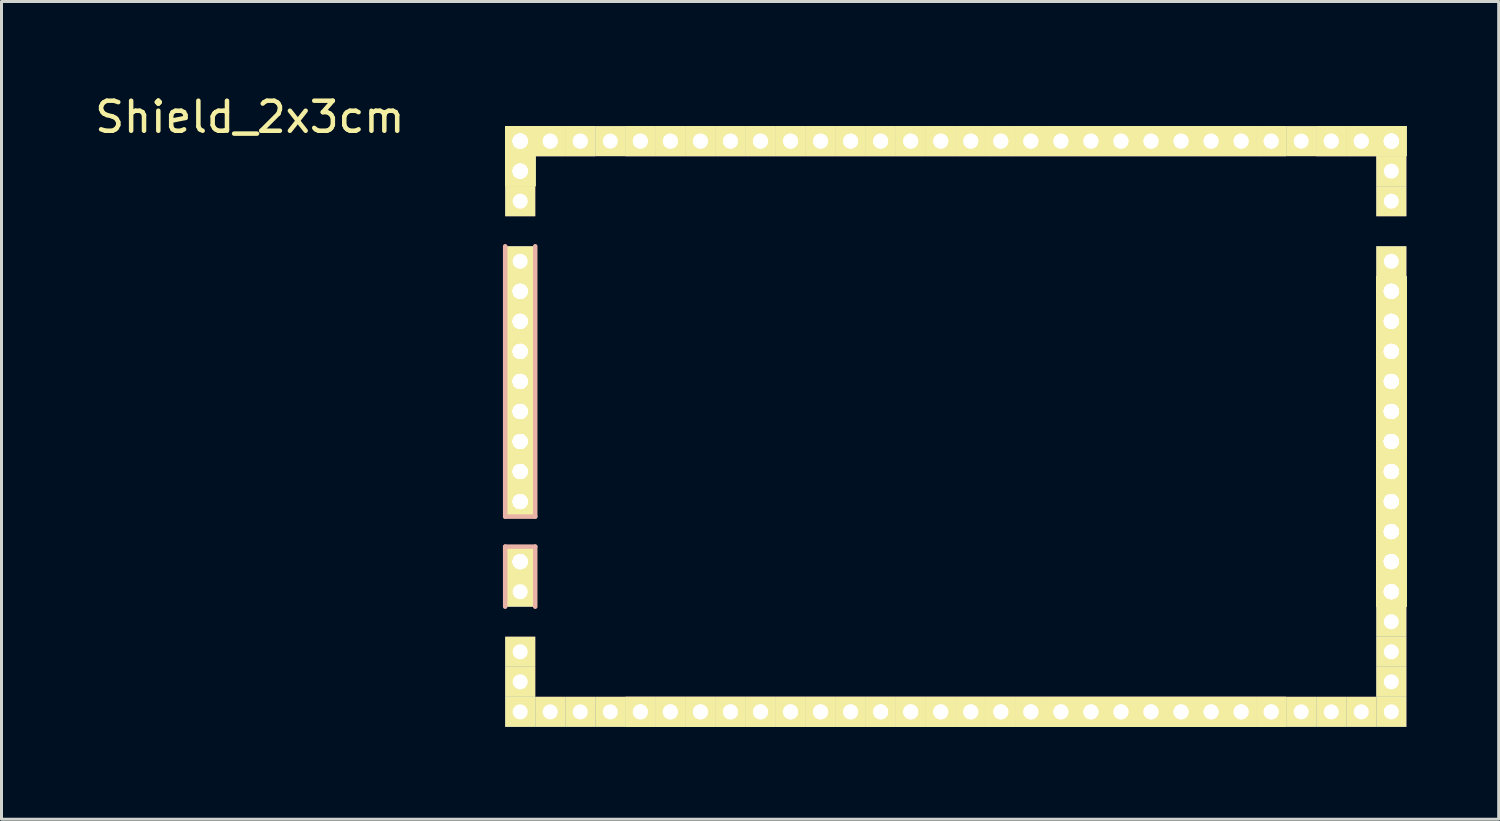
<source format=kicad_pcb>
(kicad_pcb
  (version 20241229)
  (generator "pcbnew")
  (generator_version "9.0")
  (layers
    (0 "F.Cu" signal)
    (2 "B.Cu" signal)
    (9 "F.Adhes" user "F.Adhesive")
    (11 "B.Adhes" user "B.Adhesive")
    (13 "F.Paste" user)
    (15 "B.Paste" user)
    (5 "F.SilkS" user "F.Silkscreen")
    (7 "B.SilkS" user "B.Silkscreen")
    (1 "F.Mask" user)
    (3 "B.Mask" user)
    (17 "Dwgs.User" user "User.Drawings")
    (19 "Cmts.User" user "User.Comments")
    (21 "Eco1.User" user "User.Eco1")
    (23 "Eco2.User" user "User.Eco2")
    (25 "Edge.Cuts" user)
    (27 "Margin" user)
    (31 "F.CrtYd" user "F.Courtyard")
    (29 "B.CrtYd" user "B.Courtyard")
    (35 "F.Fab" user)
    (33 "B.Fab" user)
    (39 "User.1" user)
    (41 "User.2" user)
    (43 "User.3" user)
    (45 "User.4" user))
  (footprint "Shield_2x3cm"
    (layer "F.Cu")
    (at 14.268 1.648)
    (property "Reference" "Shield_2x3cm" (at -9 -0.8 0) (layer "F.SilkS") (effects (font (size 1 1) (thickness 0.15))))
    (attr through_hole)
    (fp_line (start -0.5 -0.5) (end 29.5 -0.5) (stroke (width 0.15) (type solid)) (layer "F.Mask"))
    (fp_line (start -0.5 2.5) (end -0.5 -0.5) (stroke (width 0.15) (type solid)) (layer "F.Mask"))
    (fp_line (start -0.5 3.5) (end 0.5 3.5) (stroke (width 0.15) (type solid)) (layer "F.Mask"))
    (fp_line (start -0.5 16.5) (end 0.5 16.5) (stroke (width 0.15) (type solid)) (layer "F.Mask"))
    (fp_line (start -0.5 19.5) (end -0.5 16.5) (stroke (width 0.15) (type solid)) (layer "F.Mask"))
    (fp_line (start 0.5 0.5) (end 0.5 2.5) (stroke (width 0.15) (type solid)) (layer "F.Mask"))
    (fp_line (start 0.5 2.5) (end -0.5 2.5) (stroke (width 0.15) (type solid)) (layer "F.Mask"))
    (fp_line (start 0.5 15.5) (end -0.5 15.5) (stroke (width 0.15) (type solid)) (layer "F.Mask"))
    (fp_line (start 0.5 16.5) (end 0.5 18.5) (stroke (width 0.15) (type solid)) (layer "F.Mask"))
    (fp_line (start 0.5 18.5) (end 28.5 18.5) (stroke (width 0.15) (type solid)) (layer "F.Mask"))
    (fp_line (start 28.5 0.5) (end 0.5 0.5) (stroke (width 0.15) (type solid)) (layer "F.Mask"))
    (fp_line (start 28.5 2.5) (end 28.5 0.5) (stroke (width 0.15) (type solid)) (layer "F.Mask"))
    (fp_line (start 28.5 3.5) (end 29.5 3.5) (stroke (width 0.15) (type solid)) (layer "F.Mask"))
    (fp_line (start 28.5 18.5) (end 28.5 3.5) (stroke (width 0.15) (type solid)) (layer "F.Mask"))
    (fp_line (start 29.5 -0.5) (end 29.5 2.5) (stroke (width 0.15) (type solid)) (layer "F.Mask"))
    (fp_line (start 29.5 2.5) (end 28.5 2.5) (stroke (width 0.15) (type solid)) (layer "F.Mask"))
    (fp_line (start 29.5 3.5) (end 29.5 19.5) (stroke (width 0.15) (type solid)) (layer "F.Mask"))
    (fp_line (start 29.5 19.5) (end -0.5 19.5) (stroke (width 0.15) (type solid)) (layer "F.Mask"))
    (fp_line (start -0.5 3.5) (end -0.5 12.5) (stroke (width 0.15) (type solid)) (layer "B.SilkS"))
    (fp_line (start -0.5 12.5) (end 0.5 12.5) (stroke (width 0.15) (type solid)) (layer "B.SilkS"))
    (fp_line (start -0.5 13.5) (end -0.5 15.5) (stroke (width 0.15) (type solid)) (layer "B.SilkS"))
    (fp_line (start -0.5 13.5) (end 0.5 13.5) (stroke (width 0.15) (type solid)) (layer "B.SilkS"))
    (fp_line (start 0.5 12.5) (end 0.5 3.5) (stroke (width 0.15) (type solid)) (layer "B.SilkS"))
    (fp_line (start 0.5 13.5) (end 0.5 15.5) (stroke (width 0.15) (type solid)) (layer "B.SilkS"))
    (pad "1" thru_hole rect (at 0 0) (size 1 1) (drill 0.5) (layers "*.Cu" "*.Mask" "F.SilkS"))
    (pad "1" thru_hole rect (at 0 0) (size 1 1) (drill 0.5) (layers "*.Cu" "*.Mask" "F.SilkS"))
    (pad "1" thru_hole rect (at 0 0 90) (size 1 1) (drill 0.5) (layers "*.Cu" "*.Mask" "F.SilkS"))
    (pad "1" thru_hole rect (at 0 0 90) (size 1 1) (drill 0.5) (layers "*.Cu" "*.Mask" "F.SilkS"))
    (pad "1" thru_hole rect (at 0 0 90) (size 1 1) (drill 0.5) (layers "*.Cu" "*.Mask" "F.SilkS"))
    (pad "1" thru_hole rect (at 0 0 90) (size 1 1) (drill 0.5) (layers "*.Cu" "*.Mask" "F.SilkS"))
    (pad "1" thru_hole rect (at 0 0 90) (size 1 1) (drill 0.5) (layers "*.Cu" "*.Mask" "F.SilkS"))
    (pad "1" thru_hole rect (at 0 0 90) (size 1 1) (drill 0.5) (layers "*.Cu" "*.Mask" "F.SilkS"))
    (pad "1" thru_hole rect (at 0 0 90) (size 1 1) (drill 0.5) (layers "*.Cu" "*.Mask" "F.SilkS"))
    (pad "1" thru_hole rect (at 0 0 90) (size 1 1) (drill 0.5) (layers "*.Cu" "*.Mask" "F.SilkS"))
    (pad "1" thru_hole rect (at 0 1 90) (size 1 1) (drill 0.5) (layers "*.Cu" "*.Mask" "F.SilkS"))
    (pad "1" thru_hole rect (at 0 1 90) (size 1 1) (drill 0.5) (layers "*.Cu" "*.Mask" "F.SilkS"))
    (pad "1" thru_hole rect (at 0 1 90) (size 1 1) (drill 0.5) (layers "*.Cu" "*.Mask" "F.SilkS"))
    (pad "1" thru_hole rect (at 0 1 90) (size 1 1) (drill 0.5) (layers "*.Cu" "*.Mask" "F.SilkS"))
    (pad "1" thru_hole rect (at 0 1 90) (size 1 1) (drill 0.5) (layers "*.Cu" "*.Mask" "F.SilkS"))
    (pad "1" thru_hole rect (at 0 1 90) (size 1 1) (drill 0.5) (layers "*.Cu" "*.Mask" "F.SilkS"))
    (pad "1" thru_hole rect (at 0 1 90) (size 1 1) (drill 0.5) (layers "*.Cu" "*.Mask" "F.SilkS"))
    (pad "1" thru_hole rect (at 0 1 90) (size 1 1) (drill 0.5) (layers "*.Cu" "*.Mask" "F.SilkS"))
    (pad "1" thru_hole rect (at 0 2 90) (size 1 1) (drill 0.5) (layers "*.Cu" "*.Mask" "F.SilkS"))
    (pad "1" thru_hole rect (at 0 4 90) (size 1 1) (drill 0.5) (layers "*.Cu" "*.Mask" "F.SilkS"))
    (pad "1" thru_hole rect (at 0 5 90) (size 1 1) (drill 0.5) (layers "*.Cu" "*.Mask" "F.SilkS"))
    (pad "1" thru_hole rect (at 0 5 90) (size 1 1) (drill 0.5) (layers "*.Cu" "*.Mask" "F.SilkS"))
    (pad "1" thru_hole rect (at 0 5 90) (size 1 1) (drill 0.5) (layers "*.Cu" "*.Mask" "F.SilkS"))
    (pad "1" thru_hole rect (at 0 5 90) (size 1 1) (drill 0.5) (layers "*.Cu" "*.Mask" "F.SilkS"))
    (pad "1" thru_hole rect (at 0 5 90) (size 1 1) (drill 0.5) (layers "*.Cu" "*.Mask" "F.SilkS"))
    (pad "1" thru_hole rect (at 0 5 90) (size 1 1) (drill 0.5) (layers "*.Cu" "*.Mask" "F.SilkS"))
    (pad "1" thru_hole rect (at 0 5 90) (size 1 1) (drill 0.5) (layers "*.Cu" "*.Mask" "F.SilkS"))
    (pad "1" thru_hole rect (at 0 5 90) (size 1 1) (drill 0.5) (layers "*.Cu" "*.Mask" "F.SilkS"))
    (pad "1" thru_hole rect (at 0 6 90) (size 1 1) (drill 0.5) (layers "*.Cu" "*.Mask" "F.SilkS"))
    (pad "1" thru_hole rect (at 0 6 90) (size 1 1) (drill 0.5) (layers "*.Cu" "*.Mask" "F.SilkS"))
    (pad "1" thru_hole rect (at 0 6 90) (size 1 1) (drill 0.5) (layers "*.Cu" "*.Mask" "F.SilkS"))
    (pad "1" thru_hole rect (at 0 6 90) (size 1 1) (drill 0.5) (layers "*.Cu" "*.Mask" "F.SilkS"))
    (pad "1" thru_hole rect (at 0 6 90) (size 1 1) (drill 0.5) (layers "*.Cu" "*.Mask" "F.SilkS"))
    (pad "1" thru_hole rect (at 0 6 90) (size 1 1) (drill 0.5) (layers "*.Cu" "*.Mask" "F.SilkS"))
    (pad "1" thru_hole rect (at 0 6 90) (size 1 1) (drill 0.5) (layers "*.Cu" "*.Mask" "F.SilkS"))
    (pad "1" thru_hole rect (at 0 6 90) (size 1 1) (drill 0.5) (layers "*.Cu" "*.Mask" "F.SilkS"))
    (pad "1" thru_hole rect (at 0 7 90) (size 1 1) (drill 0.5) (layers "*.Cu" "*.Mask" "F.SilkS"))
    (pad "1" thru_hole rect (at 0 7 90) (size 1 1) (drill 0.5) (layers "*.Cu" "*.Mask" "F.SilkS"))
    (pad "1" thru_hole rect (at 0 7 90) (size 1 1) (drill 0.5) (layers "*.Cu" "*.Mask" "F.SilkS"))
    (pad "1" thru_hole rect (at 0 7 90) (size 1 1) (drill 0.5) (layers "*.Cu" "*.Mask" "F.SilkS"))
    (pad "1" thru_hole rect (at 0 7 90) (size 1 1) (drill 0.5) (layers "*.Cu" "*.Mask" "F.SilkS"))
    (pad "1" thru_hole rect (at 0 7 90) (size 1 1) (drill 0.5) (layers "*.Cu" "*.Mask" "F.SilkS"))
    (pad "1" thru_hole rect (at 0 7 90) (size 1 1) (drill 0.5) (layers "*.Cu" "*.Mask" "F.SilkS"))
    (pad "1" thru_hole rect (at 0 7 90) (size 1 1) (drill 0.5) (layers "*.Cu" "*.Mask" "F.SilkS"))
    (pad "1" thru_hole rect (at 0 8 90) (size 1 1) (drill 0.5) (layers "*.Cu" "*.Mask" "F.SilkS"))
    (pad "1" thru_hole rect (at 0 8 90) (size 1 1) (drill 0.5) (layers "*.Cu" "*.Mask" "F.SilkS"))
    (pad "1" thru_hole rect (at 0 8 90) (size 1 1) (drill 0.5) (layers "*.Cu" "*.Mask" "F.SilkS"))
    (pad "1" thru_hole rect (at 0 8 90) (size 1 1) (drill 0.5) (layers "*.Cu" "*.Mask" "F.SilkS"))
    (pad "1" thru_hole rect (at 0 8 90) (size 1 1) (drill 0.5) (layers "*.Cu" "*.Mask" "F.SilkS"))
    (pad "1" thru_hole rect (at 0 8 90) (size 1 1) (drill 0.5) (layers "*.Cu" "*.Mask" "F.SilkS"))
    (pad "1" thru_hole rect (at 0 8 90) (size 1 1) (drill 0.5) (layers "*.Cu" "*.Mask" "F.SilkS"))
    (pad "1" thru_hole rect (at 0 8 90) (size 1 1) (drill 0.5) (layers "*.Cu" "*.Mask" "F.SilkS"))
    (pad "1" thru_hole rect (at 0 8 90) (size 1 1) (drill 0.5) (layers "*.Cu" "*.Mask" "F.SilkS"))
    (pad "1" thru_hole rect (at 0 8 90) (size 1 1) (drill 0.5) (layers "*.Cu" "*.Mask" "F.SilkS"))
    (pad "1" thru_hole rect (at 0 8 90) (size 1 1) (drill 0.5) (layers "*.Cu" "*.Mask" "F.SilkS"))
    (pad "1" thru_hole rect (at 0 8 90) (size 1 1) (drill 0.5) (layers "*.Cu" "*.Mask" "F.SilkS"))
    (pad "1" thru_hole rect (at 0 9 90) (size 1 1) (drill 0.5) (layers "*.Cu" "*.Mask" "F.SilkS"))
    (pad "1" thru_hole rect (at 0 9 90) (size 1 1) (drill 0.5) (layers "*.Cu" "*.Mask" "F.SilkS"))
    (pad "1" thru_hole rect (at 0 9 90) (size 1 1) (drill 0.5) (layers "*.Cu" "*.Mask" "F.SilkS"))
    (pad "1" thru_hole rect (at 0 9 90) (size 1 1) (drill 0.5) (layers "*.Cu" "*.Mask" "F.SilkS"))
    (pad "1" thru_hole rect (at 0 9 90) (size 1 1) (drill 0.5) (layers "*.Cu" "*.Mask" "F.SilkS"))
    (pad "1" thru_hole rect (at 0 9 90) (size 1 1) (drill 0.5) (layers "*.Cu" "*.Mask" "F.SilkS"))
    (pad "1" thru_hole rect (at 0 9 90) (size 1 1) (drill 0.5) (layers "*.Cu" "*.Mask" "F.SilkS"))
    (pad "1" thru_hole rect (at 0 9 90) (size 1 1) (drill 0.5) (layers "*.Cu" "*.Mask" "F.SilkS"))
    (pad "1" thru_hole rect (at 0 9 90) (size 1 1) (drill 0.5) (layers "*.Cu" "*.Mask" "F.SilkS"))
    (pad "1" thru_hole rect (at 0 9 90) (size 1 1) (drill 0.5) (layers "*.Cu" "*.Mask" "F.SilkS"))
    (pad "1" thru_hole rect (at 0 9 90) (size 1 1) (drill 0.5) (layers "*.Cu" "*.Mask" "F.SilkS"))
    (pad "1" thru_hole rect (at 0 9 90) (size 1 1) (drill 0.5) (layers "*.Cu" "*.Mask" "F.SilkS"))
    (pad "1" thru_hole rect (at 0 10 90) (size 1 1) (drill 0.5) (layers "*.Cu" "*.Mask" "F.SilkS"))
    (pad "1" thru_hole rect (at 0 10 90) (size 1 1) (drill 0.5) (layers "*.Cu" "*.Mask" "F.SilkS"))
    (pad "1" thru_hole rect (at 0 10 90) (size 1 1) (drill 0.5) (layers "*.Cu" "*.Mask" "F.SilkS"))
    (pad "1" thru_hole rect (at 0 10 90) (size 1 1) (drill 0.5) (layers "*.Cu" "*.Mask" "F.SilkS"))
    (pad "1" thru_hole rect (at 0 10 90) (size 1 1) (drill 0.5) (layers "*.Cu" "*.Mask" "F.SilkS"))
    (pad "1" thru_hole rect (at 0 10 90) (size 1 1) (drill 0.5) (layers "*.Cu" "*.Mask" "F.SilkS"))
    (pad "1" thru_hole rect (at 0 10 90) (size 1 1) (drill 0.5) (layers "*.Cu" "*.Mask" "F.SilkS"))
    (pad "1" thru_hole rect (at 0 10 90) (size 1 1) (drill 0.5) (layers "*.Cu" "*.Mask" "F.SilkS"))
    (pad "1" thru_hole rect (at 0 11 90) (size 1 1) (drill 0.5) (layers "*.Cu" "*.Mask" "F.SilkS"))
    (pad "1" thru_hole rect (at 0 11 90) (size 1 1) (drill 0.5) (layers "*.Cu" "*.Mask" "F.SilkS"))
    (pad "1" thru_hole rect (at 0 11 90) (size 1 1) (drill 0.5) (layers "*.Cu" "*.Mask" "F.SilkS"))
    (pad "1" thru_hole rect (at 0 11 90) (size 1 1) (drill 0.5) (layers "*.Cu" "*.Mask" "F.SilkS"))
    (pad "1" thru_hole rect (at 0 11 90) (size 1 1) (drill 0.5) (layers "*.Cu" "*.Mask" "F.SilkS"))
    (pad "1" thru_hole rect (at 0 11 90) (size 1 1) (drill 0.5) (layers "*.Cu" "*.Mask" "F.SilkS"))
    (pad "1" thru_hole rect (at 0 11 90) (size 1 1) (drill 0.5) (layers "*.Cu" "*.Mask" "F.SilkS"))
    (pad "1" thru_hole rect (at 0 11 90) (size 1 1) (drill 0.5) (layers "*.Cu" "*.Mask" "F.SilkS"))
    (pad "1" thru_hole rect (at 0 12 90) (size 1 1) (drill 0.5) (layers "*.Cu" "*.Mask" "F.SilkS"))
    (pad "1" thru_hole rect (at 0 12 90) (size 1 1) (drill 0.5) (layers "*.Cu" "*.Mask" "F.SilkS"))
    (pad "1" thru_hole rect (at 0 12 90) (size 1 1) (drill 0.5) (layers "*.Cu" "*.Mask" "F.SilkS"))
    (pad "1" thru_hole rect (at 0 12 90) (size 1 1) (drill 0.5) (layers "*.Cu" "*.Mask" "F.SilkS"))
    (pad "1" thru_hole rect (at 0 12 90) (size 1 1) (drill 0.5) (layers "*.Cu" "*.Mask" "F.SilkS"))
    (pad "1" thru_hole rect (at 0 12 90) (size 1 1) (drill 0.5) (layers "*.Cu" "*.Mask" "F.SilkS"))
    (pad "1" thru_hole rect (at 0 12 90) (size 1 1) (drill 0.5) (layers "*.Cu" "*.Mask" "F.SilkS"))
    (pad "1" thru_hole rect (at 0 12 90) (size 1 1) (drill 0.5) (layers "*.Cu" "*.Mask" "F.SilkS"))
    (pad "1" thru_hole rect (at 0 14 90) (size 1 1) (drill 0.5) (layers "*.Cu" "*.Mask" "F.SilkS"))
    (pad "1" thru_hole rect (at 0 14 90) (size 1 1) (drill 0.5) (layers "*.Cu" "*.Mask" "F.SilkS"))
    (pad "1" thru_hole rect (at 0 14 90) (size 1 1) (drill 0.5) (layers "*.Cu" "*.Mask" "F.SilkS"))
    (pad "1" thru_hole rect (at 0 14 90) (size 1 1) (drill 0.5) (layers "*.Cu" "*.Mask" "F.SilkS"))
    (pad "1" thru_hole rect (at 0 14 90) (size 1 1) (drill 0.5) (layers "*.Cu" "*.Mask" "F.SilkS"))
    (pad "1" thru_hole rect (at 0 14 90) (size 1 1) (drill 0.5) (layers "*.Cu" "*.Mask" "F.SilkS"))
    (pad "1" thru_hole rect (at 0 14 90) (size 1 1) (drill 0.5) (layers "*.Cu" "*.Mask" "F.SilkS"))
    (pad "1" thru_hole rect (at 0 14 90) (size 1 1) (drill 0.5) (layers "*.Cu" "*.Mask" "F.SilkS"))
    (pad "1" thru_hole rect (at 0 15 90) (size 1 1) (drill 0.5) (layers "*.Cu" "*.Mask" "F.SilkS"))
    (pad "1" thru_hole rect (at 0 17 90) (size 1 1) (drill 0.5) (layers "*.Cu" "*.Mask" "F.SilkS"))
    (pad "1" thru_hole rect (at 0 18 90) (size 1 1) (drill 0.5) (layers "*.Cu" "*.Mask" "F.SilkS"))
    (pad "1" thru_hole rect (at 0 19 90) (size 1 1) (drill 0.5) (layers "*.Cu" "*.Mask" "F.SilkS"))
    (pad "1" thru_hole rect (at 1 0) (size 1 1) (drill 0.5) (layers "*.Cu" "*.Mask" "F.SilkS"))
    (pad "1" thru_hole rect (at 1 0) (size 1 1) (drill 0.5) (layers "*.Cu" "*.Mask" "F.SilkS"))
    (pad "1" thru_hole rect (at 1 19 90) (size 1 1) (drill 0.5) (layers "*.Cu" "*.Mask" "F.SilkS"))
    (pad "1" thru_hole rect (at 2 0) (size 1 1) (drill 0.5) (layers "*.Cu" "*.Mask" "F.SilkS"))
    (pad "1" thru_hole rect (at 2 0) (size 1 1) (drill 0.5) (layers "*.Cu" "*.Mask" "F.SilkS"))
    (pad "1" thru_hole rect (at 2 19) (size 1 1) (drill 0.5) (layers "*.Cu" "*.Mask" "F.SilkS"))
    (pad "1" thru_hole rect (at 3 0) (size 1 1) (drill 0.5) (layers "*.Cu" "*.Mask" "F.SilkS"))
    (pad "1" thru_hole rect (at 3 19) (size 1 1) (drill 0.5) (layers "*.Cu" "*.Mask" "F.SilkS"))
    (pad "1" thru_hole rect (at 4 0) (size 1 1) (drill 0.5) (layers "*.Cu" "*.Mask" "F.SilkS"))
    (pad "1" thru_hole rect (at 4 0) (size 1 1) (drill 0.5) (layers "*.Cu" "*.Mask" "F.SilkS"))
    (pad "1" thru_hole rect (at 4 19) (size 1 1) (drill 0.5) (layers "*.Cu" "*.Mask" "F.SilkS"))
    (pad "1" thru_hole rect (at 4 19) (size 1 1) (drill 0.5) (layers "*.Cu" "*.Mask" "F.SilkS"))
    (pad "1" thru_hole rect (at 5 0) (size 1 1) (drill 0.5) (layers "*.Cu" "*.Mask" "F.SilkS"))
    (pad "1" thru_hole rect (at 5 0) (size 1 1) (drill 0.5) (layers "*.Cu" "*.Mask" "F.SilkS"))
    (pad "1" thru_hole rect (at 5 19) (size 1 1) (drill 0.5) (layers "*.Cu" "*.Mask" "F.SilkS"))
    (pad "1" thru_hole rect (at 5 19) (size 1 1) (drill 0.5) (layers "*.Cu" "*.Mask" "F.SilkS"))
    (pad "1" thru_hole rect (at 6 0) (size 1 1) (drill 0.5) (layers "*.Cu" "*.Mask" "F.SilkS"))
    (pad "1" thru_hole rect (at 6 0) (size 1 1) (drill 0.5) (layers "*.Cu" "*.Mask" "F.SilkS"))
    (pad "1" thru_hole rect (at 6 19) (size 1 1) (drill 0.5) (layers "*.Cu" "*.Mask" "F.SilkS"))
    (pad "1" thru_hole rect (at 6 19) (size 1 1) (drill 0.5) (layers "*.Cu" "*.Mask" "F.SilkS"))
    (pad "1" thru_hole rect (at 7 0) (size 1 1) (drill 0.5) (layers "*.Cu" "*.Mask" "F.SilkS"))
    (pad "1" thru_hole rect (at 7 0) (size 1 1) (drill 0.5) (layers "*.Cu" "*.Mask" "F.SilkS"))
    (pad "1" thru_hole rect (at 7 19) (size 1 1) (drill 0.5) (layers "*.Cu" "*.Mask" "F.SilkS"))
    (pad "1" thru_hole rect (at 7 19) (size 1 1) (drill 0.5) (layers "*.Cu" "*.Mask" "F.SilkS"))
    (pad "1" thru_hole rect (at 8 0) (size 1 1) (drill 0.5) (layers "*.Cu" "*.Mask" "F.SilkS"))
    (pad "1" thru_hole rect (at 8 0) (size 1 1) (drill 0.5) (layers "*.Cu" "*.Mask" "F.SilkS"))
    (pad "1" thru_hole rect (at 8 19) (size 1 1) (drill 0.5) (layers "*.Cu" "*.Mask" "F.SilkS"))
    (pad "1" thru_hole rect (at 8 19) (size 1 1) (drill 0.5) (layers "*.Cu" "*.Mask" "F.SilkS"))
    (pad "1" thru_hole rect (at 9 0) (size 1 1) (drill 0.5) (layers "*.Cu" "*.Mask" "F.SilkS"))
    (pad "1" thru_hole rect (at 9 0) (size 1 1) (drill 0.5) (layers "*.Cu" "*.Mask" "F.SilkS"))
    (pad "1" thru_hole rect (at 9 19) (size 1 1) (drill 0.5) (layers "*.Cu" "*.Mask" "F.SilkS"))
    (pad "1" thru_hole rect (at 9 19) (size 1 1) (drill 0.5) (layers "*.Cu" "*.Mask" "F.SilkS"))
    (pad "1" thru_hole rect (at 10 0) (size 1 1) (drill 0.5) (layers "*.Cu" "*.Mask" "F.SilkS"))
    (pad "1" thru_hole rect (at 10 0) (size 1 1) (drill 0.5) (layers "*.Cu" "*.Mask" "F.SilkS"))
    (pad "1" thru_hole rect (at 10 19) (size 1 1) (drill 0.5) (layers "*.Cu" "*.Mask" "F.SilkS"))
    (pad "1" thru_hole rect (at 10 19) (size 1 1) (drill 0.5) (layers "*.Cu" "*.Mask" "F.SilkS"))
    (pad "1" thru_hole rect (at 11 0) (size 1 1) (drill 0.5) (layers "*.Cu" "*.Mask" "F.SilkS"))
    (pad "1" thru_hole rect (at 11 0) (size 1 1) (drill 0.5) (layers "*.Cu" "*.Mask" "F.SilkS"))
    (pad "1" thru_hole rect (at 11 19) (size 1 1) (drill 0.5) (layers "*.Cu" "*.Mask" "F.SilkS"))
    (pad "1" thru_hole rect (at 11 19) (size 1 1) (drill 0.5) (layers "*.Cu" "*.Mask" "F.SilkS"))
    (pad "1" thru_hole rect (at 12 0) (size 1 1) (drill 0.5) (layers "*.Cu" "*.Mask" "F.SilkS"))
    (pad "1" thru_hole rect (at 12 0) (size 1 1) (drill 0.5) (layers "*.Cu" "*.Mask" "F.SilkS"))
    (pad "1" thru_hole rect (at 12 19) (size 1 1) (drill 0.5) (layers "*.Cu" "*.Mask" "F.SilkS"))
    (pad "1" thru_hole rect (at 12 19) (size 1 1) (drill 0.5) (layers "*.Cu" "*.Mask" "F.SilkS"))
    (pad "1" thru_hole rect (at 13 0) (size 1 1) (drill 0.5) (layers "*.Cu" "*.Mask" "F.SilkS"))
    (pad "1" thru_hole rect (at 13 0) (size 1 1) (drill 0.5) (layers "*.Cu" "*.Mask" "F.SilkS"))
    (pad "1" thru_hole rect (at 13 19) (size 1 1) (drill 0.5) (layers "*.Cu" "*.Mask" "F.SilkS"))
    (pad "1" thru_hole rect (at 13 19) (size 1 1) (drill 0.5) (layers "*.Cu" "*.Mask" "F.SilkS"))
    (pad "1" thru_hole rect (at 14 0) (size 1 1) (drill 0.5) (layers "*.Cu" "*.Mask" "F.SilkS"))
    (pad "1" thru_hole rect (at 14 0) (size 1 1) (drill 0.5) (layers "*.Cu" "*.Mask" "F.SilkS"))
    (pad "1" thru_hole rect (at 14 19) (size 1 1) (drill 0.5) (layers "*.Cu" "*.Mask" "F.SilkS"))
    (pad "1" thru_hole rect (at 14 19) (size 1 1) (drill 0.5) (layers "*.Cu" "*.Mask" "F.SilkS"))
    (pad "1" thru_hole rect (at 15 0) (size 1 1) (drill 0.5) (layers "*.Cu" "*.Mask" "F.SilkS"))
    (pad "1" thru_hole rect (at 15 0) (size 1 1) (drill 0.5) (layers "*.Cu" "*.Mask" "F.SilkS"))
    (pad "1" thru_hole rect (at 15 19) (size 1 1) (drill 0.5) (layers "*.Cu" "*.Mask" "F.SilkS"))
    (pad "1" thru_hole rect (at 15 19) (size 1 1) (drill 0.5) (layers "*.Cu" "*.Mask" "F.SilkS"))
    (pad "1" thru_hole rect (at 16 0) (size 1 1) (drill 0.5) (layers "*.Cu" "*.Mask" "F.SilkS"))
    (pad "1" thru_hole rect (at 16 0) (size 1 1) (drill 0.5) (layers "*.Cu" "*.Mask" "F.SilkS"))
    (pad "1" thru_hole rect (at 16 19) (size 1 1) (drill 0.5) (layers "*.Cu" "*.Mask" "F.SilkS"))
    (pad "1" thru_hole rect (at 16 19) (size 1 1) (drill 0.5) (layers "*.Cu" "*.Mask" "F.SilkS"))
    (pad "1" thru_hole rect (at 17 0) (size 1 1) (drill 0.5) (layers "*.Cu" "*.Mask" "F.SilkS"))
    (pad "1" thru_hole rect (at 17 0) (size 1 1) (drill 0.5) (layers "*.Cu" "*.Mask" "F.SilkS"))
    (pad "1" thru_hole rect (at 17 19) (size 1 1) (drill 0.5) (layers "*.Cu" "*.Mask" "F.SilkS"))
    (pad "1" thru_hole rect (at 17 19) (size 1 1) (drill 0.5) (layers "*.Cu" "*.Mask" "F.SilkS"))
    (pad "1" thru_hole rect (at 18 0) (size 1 1) (drill 0.5) (layers "*.Cu" "*.Mask" "F.SilkS"))
    (pad "1" thru_hole rect (at 18 0) (size 1 1) (drill 0.5) (layers "*.Cu" "*.Mask" "F.SilkS"))
    (pad "1" thru_hole rect (at 18 19) (size 1 1) (drill 0.5) (layers "*.Cu" "*.Mask" "F.SilkS"))
    (pad "1" thru_hole rect (at 18 19) (size 1 1) (drill 0.5) (layers "*.Cu" "*.Mask" "F.SilkS"))
    (pad "1" thru_hole rect (at 19 0) (size 1 1) (drill 0.5) (layers "*.Cu" "*.Mask" "F.SilkS"))
    (pad "1" thru_hole rect (at 19 0) (size 1 1) (drill 0.5) (layers "*.Cu" "*.Mask" "F.SilkS"))
    (pad "1" thru_hole rect (at 19 19) (size 1 1) (drill 0.5) (layers "*.Cu" "*.Mask" "F.SilkS"))
    (pad "1" thru_hole rect (at 19 19) (size 1 1) (drill 0.5) (layers "*.Cu" "*.Mask" "F.SilkS"))
    (pad "1" thru_hole rect (at 20 0) (size 1 1) (drill 0.5) (layers "*.Cu" "*.Mask" "F.SilkS"))
    (pad "1" thru_hole rect (at 20 0) (size 1 1) (drill 0.5) (layers "*.Cu" "*.Mask" "F.SilkS"))
    (pad "1" thru_hole rect (at 20 19) (size 1 1) (drill 0.5) (layers "*.Cu" "*.Mask" "F.SilkS"))
    (pad "1" thru_hole rect (at 20 19) (size 1 1) (drill 0.5) (layers "*.Cu" "*.Mask" "F.SilkS"))
    (pad "1" thru_hole rect (at 21 0) (size 1 1) (drill 0.5) (layers "*.Cu" "*.Mask" "F.SilkS"))
    (pad "1" thru_hole rect (at 21 0) (size 1 1) (drill 0.5) (layers "*.Cu" "*.Mask" "F.SilkS"))
    (pad "1" thru_hole rect (at 21 19) (size 1 1) (drill 0.5) (layers "*.Cu" "*.Mask" "F.SilkS"))
    (pad "1" thru_hole rect (at 21 19) (size 1 1) (drill 0.5) (layers "*.Cu" "*.Mask" "F.SilkS"))
    (pad "1" thru_hole rect (at 22 0) (size 1 1) (drill 0.5) (layers "*.Cu" "*.Mask" "F.SilkS"))
    (pad "1" thru_hole rect (at 22 0) (size 1 1) (drill 0.5) (layers "*.Cu" "*.Mask" "F.SilkS"))
    (pad "1" thru_hole rect (at 22 19) (size 1 1) (drill 0.5) (layers "*.Cu" "*.Mask" "F.SilkS"))
    (pad "1" thru_hole rect (at 22 19) (size 1 1) (drill 0.5) (layers "*.Cu" "*.Mask" "F.SilkS"))
    (pad "1" thru_hole rect (at 23 0) (size 1 1) (drill 0.5) (layers "*.Cu" "*.Mask" "F.SilkS"))
    (pad "1" thru_hole rect (at 23 0) (size 1 1) (drill 0.5) (layers "*.Cu" "*.Mask" "F.SilkS"))
    (pad "1" thru_hole rect (at 23 19) (size 1 1) (drill 0.5) (layers "*.Cu" "*.Mask" "F.SilkS"))
    (pad "1" thru_hole rect (at 23 19) (size 1 1) (drill 0.5) (layers "*.Cu" "*.Mask" "F.SilkS"))
    (pad "1" thru_hole rect (at 24 0) (size 1 1) (drill 0.5) (layers "*.Cu" "*.Mask" "F.SilkS"))
    (pad "1" thru_hole rect (at 24 0) (size 1 1) (drill 0.5) (layers "*.Cu" "*.Mask" "F.SilkS"))
    (pad "1" thru_hole rect (at 24 19) (size 1 1) (drill 0.5) (layers "*.Cu" "*.Mask" "F.SilkS"))
    (pad "1" thru_hole rect (at 24 19) (size 1 1) (drill 0.5) (layers "*.Cu" "*.Mask" "F.SilkS"))
    (pad "1" thru_hole rect (at 25 0) (size 1 1) (drill 0.5) (layers "*.Cu" "*.Mask" "F.SilkS"))
    (pad "1" thru_hole rect (at 25 0) (size 1 1) (drill 0.5) (layers "*.Cu" "*.Mask" "F.SilkS"))
    (pad "1" thru_hole rect (at 25 19) (size 1 1) (drill 0.5) (layers "*.Cu" "*.Mask" "F.SilkS"))
    (pad "1" thru_hole rect (at 25 19) (size 1 1) (drill 0.5) (layers "*.Cu" "*.Mask" "F.SilkS"))
    (pad "1" thru_hole rect (at 26 0) (size 1 1) (drill 0.5) (layers "*.Cu" "*.Mask" "F.SilkS"))
    (pad "1" thru_hole rect (at 26 19) (size 1 1) (drill 0.5) (layers "*.Cu" "*.Mask" "F.SilkS"))
    (pad "1" thru_hole rect (at 27 0) (size 1 1) (drill 0.5) (layers "*.Cu" "*.Mask" "F.SilkS"))
    (pad "1" thru_hole rect (at 27 0) (size 1 1) (drill 0.5) (layers "*.Cu" "*.Mask" "F.SilkS"))
    (pad "1" thru_hole rect (at 27 19) (size 1 1) (drill 0.5) (layers "*.Cu" "*.Mask" "F.SilkS"))
    (pad "1" thru_hole rect (at 28 0) (size 1 1) (drill 0.5) (layers "*.Cu" "*.Mask" "F.SilkS"))
    (pad "1" thru_hole rect (at 28 0) (size 1 1) (drill 0.5) (layers "*.Cu" "*.Mask" "F.SilkS"))
    (pad "1" thru_hole rect (at 28 19) (size 1 1) (drill 0.5) (layers "*.Cu" "*.Mask" "F.SilkS"))
    (pad "1" thru_hole rect (at 29 0 90) (size 1 1) (drill 0.5) (layers "*.Cu" "*.Mask" "F.SilkS"))
    (pad "1" thru_hole rect (at 29 0 90) (size 1 1) (drill 0.5) (layers "*.Cu" "*.Mask" "F.SilkS"))
    (pad "1" thru_hole rect (at 29 0) (size 1 1) (drill 0.5) (layers "*.Cu" "*.Mask" "F.SilkS"))
    (pad "1" thru_hole rect (at 29 0) (size 1 1) (drill 0.5) (layers "*.Cu" "*.Mask" "F.SilkS"))
    (pad "1" thru_hole rect (at 29 0 90) (size 1 1) (drill 0.5) (layers "*.Cu" "*.Mask" "F.SilkS"))
    (pad "1" thru_hole rect (at 29 0 90) (size 1 1) (drill 0.5) (layers "*.Cu" "*.Mask" "F.SilkS"))
    (pad "1" thru_hole rect (at 29 1 90) (size 1 1) (drill 0.5) (layers "*.Cu" "*.Mask" "F.SilkS"))
    (pad "1" thru_hole rect (at 29 2 90) (size 1 1) (drill 0.5) (layers "*.Cu" "*.Mask" "F.SilkS"))
    (pad "1" thru_hole rect (at 29 4 90) (size 1 1) (drill 0.5) (layers "*.Cu" "*.Mask" "F.SilkS"))
    (pad "1" thru_hole rect (at 29 5 90) (size 1 1) (drill 0.5) (layers "*.Cu" "*.Mask" "F.SilkS"))
    (pad "1" thru_hole rect (at 29 5 90) (size 1 1) (drill 0.5) (layers "*.Cu" "*.Mask" "F.SilkS"))
    (pad "1" thru_hole rect (at 29 5 90) (size 1 1) (drill 0.5) (layers "*.Cu" "*.Mask" "F.SilkS"))
    (pad "1" thru_hole rect (at 29 5 90) (size 1 1) (drill 0.5) (layers "*.Cu" "*.Mask" "F.SilkS"))
    (pad "1" thru_hole rect (at 29 5 90) (size 1 1) (drill 0.5) (layers "*.Cu" "*.Mask" "F.SilkS"))
    (pad "1" thru_hole rect (at 29 5 90) (size 1 1) (drill 0.5) (layers "*.Cu" "*.Mask" "F.SilkS"))
    (pad "1" thru_hole rect (at 29 5 90) (size 1 1) (drill 0.5) (layers "*.Cu" "*.Mask" "F.SilkS"))
    (pad "1" thru_hole rect (at 29 5 90) (size 1 1) (drill 0.5) (layers "*.Cu" "*.Mask" "F.SilkS"))
    (pad "1" thru_hole rect (at 29 6 90) (size 1 1) (drill 0.5) (layers "*.Cu" "*.Mask" "F.SilkS"))
    (pad "1" thru_hole rect (at 29 6 90) (size 1 1) (drill 0.5) (layers "*.Cu" "*.Mask" "F.SilkS"))
    (pad "1" thru_hole rect (at 29 6 90) (size 1 1) (drill 0.5) (layers "*.Cu" "*.Mask" "F.SilkS"))
    (pad "1" thru_hole rect (at 29 6 90) (size 1 1) (drill 0.5) (layers "*.Cu" "*.Mask" "F.SilkS"))
    (pad "1" thru_hole rect (at 29 6 90) (size 1 1) (drill 0.5) (layers "*.Cu" "*.Mask" "F.SilkS"))
    (pad "1" thru_hole rect (at 29 6 90) (size 1 1) (drill 0.5) (layers "*.Cu" "*.Mask" "F.SilkS"))
    (pad "1" thru_hole rect (at 29 6 90) (size 1 1) (drill 0.5) (layers "*.Cu" "*.Mask" "F.SilkS"))
    (pad "1" thru_hole rect (at 29 6 90) (size 1 1) (drill 0.5) (layers "*.Cu" "*.Mask" "F.SilkS"))
    (pad "1" thru_hole rect (at 29 7 90) (size 1 1) (drill 0.5) (layers "*.Cu" "*.Mask" "F.SilkS"))
    (pad "1" thru_hole rect (at 29 7 90) (size 1 1) (drill 0.5) (layers "*.Cu" "*.Mask" "F.SilkS"))
    (pad "1" thru_hole rect (at 29 7 90) (size 1 1) (drill 0.5) (layers "*.Cu" "*.Mask" "F.SilkS"))
    (pad "1" thru_hole rect (at 29 7 90) (size 1 1) (drill 0.5) (layers "*.Cu" "*.Mask" "F.SilkS"))
    (pad "1" thru_hole rect (at 29 7 90) (size 1 1) (drill 0.5) (layers "*.Cu" "*.Mask" "F.SilkS"))
    (pad "1" thru_hole rect (at 29 7 90) (size 1 1) (drill 0.5) (layers "*.Cu" "*.Mask" "F.SilkS"))
    (pad "1" thru_hole rect (at 29 7 90) (size 1 1) (drill 0.5) (layers "*.Cu" "*.Mask" "F.SilkS"))
    (pad "1" thru_hole rect (at 29 7 90) (size 1 1) (drill 0.5) (layers "*.Cu" "*.Mask" "F.SilkS"))
    (pad "1" thru_hole rect (at 29 8 90) (size 1 1) (drill 0.5) (layers "*.Cu" "*.Mask" "F.SilkS"))
    (pad "1" thru_hole rect (at 29 8 90) (size 1 1) (drill 0.5) (layers "*.Cu" "*.Mask" "F.SilkS"))
    (pad "1" thru_hole rect (at 29 8 90) (size 1 1) (drill 0.5) (layers "*.Cu" "*.Mask" "F.SilkS"))
    (pad "1" thru_hole rect (at 29 8 90) (size 1 1) (drill 0.5) (layers "*.Cu" "*.Mask" "F.SilkS"))
    (pad "1" thru_hole rect (at 29 8 90) (size 1 1) (drill 0.5) (layers "*.Cu" "*.Mask" "F.SilkS"))
    (pad "1" thru_hole rect (at 29 8 90) (size 1 1) (drill 0.5) (layers "*.Cu" "*.Mask" "F.SilkS"))
    (pad "1" thru_hole rect (at 29 8 90) (size 1 1) (drill 0.5) (layers "*.Cu" "*.Mask" "F.SilkS"))
    (pad "1" thru_hole rect (at 29 8 90) (size 1 1) (drill 0.5) (layers "*.Cu" "*.Mask" "F.SilkS"))
    (pad "1" thru_hole rect (at 29 9 90) (size 1 1) (drill 0.5) (layers "*.Cu" "*.Mask" "F.SilkS"))
    (pad "1" thru_hole rect (at 29 9 90) (size 1 1) (drill 0.5) (layers "*.Cu" "*.Mask" "F.SilkS"))
    (pad "1" thru_hole rect (at 29 9 90) (size 1 1) (drill 0.5) (layers "*.Cu" "*.Mask" "F.SilkS"))
    (pad "1" thru_hole rect (at 29 9 90) (size 1 1) (drill 0.5) (layers "*.Cu" "*.Mask" "F.SilkS"))
    (pad "1" thru_hole rect (at 29 9 90) (size 1 1) (drill 0.5) (layers "*.Cu" "*.Mask" "F.SilkS"))
    (pad "1" thru_hole rect (at 29 9 90) (size 1 1) (drill 0.5) (layers "*.Cu" "*.Mask" "F.SilkS"))
    (pad "1" thru_hole rect (at 29 9 90) (size 1 1) (drill 0.5) (layers "*.Cu" "*.Mask" "F.SilkS"))
    (pad "1" thru_hole rect (at 29 9 90) (size 1 1) (drill 0.5) (layers "*.Cu" "*.Mask" "F.SilkS"))
    (pad "1" thru_hole rect (at 29 9 90) (size 1 1) (drill 0.5) (layers "*.Cu" "*.Mask" "F.SilkS"))
    (pad "1" thru_hole rect (at 29 9 90) (size 1 1) (drill 0.5) (layers "*.Cu" "*.Mask" "F.SilkS"))
    (pad "1" thru_hole rect (at 29 9 90) (size 1 1) (drill 0.5) (layers "*.Cu" "*.Mask" "F.SilkS"))
    (pad "1" thru_hole rect (at 29 9 90) (size 1 1) (drill 0.5) (layers "*.Cu" "*.Mask" "F.SilkS"))
    (pad "1" thru_hole rect (at 29 10 90) (size 1 1) (drill 0.5) (layers "*.Cu" "*.Mask" "F.SilkS"))
    (pad "1" thru_hole rect (at 29 10 90) (size 1 1) (drill 0.5) (layers "*.Cu" "*.Mask" "F.SilkS"))
    (pad "1" thru_hole rect (at 29 10 90) (size 1 1) (drill 0.5) (layers "*.Cu" "*.Mask" "F.SilkS"))
    (pad "1" thru_hole rect (at 29 10 90) (size 1 1) (drill 0.5) (layers "*.Cu" "*.Mask" "F.SilkS"))
    (pad "1" thru_hole rect (at 29 10 90) (size 1 1) (drill 0.5) (layers "*.Cu" "*.Mask" "F.SilkS"))
    (pad "1" thru_hole rect (at 29 10 90) (size 1 1) (drill 0.5) (layers "*.Cu" "*.Mask" "F.SilkS"))
    (pad "1" thru_hole rect (at 29 10 90) (size 1 1) (drill 0.5) (layers "*.Cu" "*.Mask" "F.SilkS"))
    (pad "1" thru_hole rect (at 29 10 90) (size 1 1) (drill 0.5) (layers "*.Cu" "*.Mask" "F.SilkS"))
    (pad "1" thru_hole rect (at 29 10 90) (size 1 1) (drill 0.5) (layers "*.Cu" "*.Mask" "F.SilkS"))
    (pad "1" thru_hole rect (at 29 10 90) (size 1 1) (drill 0.5) (layers "*.Cu" "*.Mask" "F.SilkS"))
    (pad "1" thru_hole rect (at 29 10 90) (size 1 1) (drill 0.5) (layers "*.Cu" "*.Mask" "F.SilkS"))
    (pad "1" thru_hole rect (at 29 10 90) (size 1 1) (drill 0.5) (layers "*.Cu" "*.Mask" "F.SilkS"))
    (pad "1" thru_hole rect (at 29 11 90) (size 1 1) (drill 0.5) (layers "*.Cu" "*.Mask" "F.SilkS"))
    (pad "1" thru_hole rect (at 29 11 90) (size 1 1) (drill 0.5) (layers "*.Cu" "*.Mask" "F.SilkS"))
    (pad "1" thru_hole rect (at 29 11 90) (size 1 1) (drill 0.5) (layers "*.Cu" "*.Mask" "F.SilkS"))
    (pad "1" thru_hole rect (at 29 11 90) (size 1 1) (drill 0.5) (layers "*.Cu" "*.Mask" "F.SilkS"))
    (pad "1" thru_hole rect (at 29 11 90) (size 1 1) (drill 0.5) (layers "*.Cu" "*.Mask" "F.SilkS"))
    (pad "1" thru_hole rect (at 29 11 90) (size 1 1) (drill 0.5) (layers "*.Cu" "*.Mask" "F.SilkS"))
    (pad "1" thru_hole rect (at 29 11 90) (size 1 1) (drill 0.5) (layers "*.Cu" "*.Mask" "F.SilkS"))
    (pad "1" thru_hole rect (at 29 11 90) (size 1 1) (drill 0.5) (layers "*.Cu" "*.Mask" "F.SilkS"))
    (pad "1" thru_hole rect (at 29 12 90) (size 1 1) (drill 0.5) (layers "*.Cu" "*.Mask" "F.SilkS"))
    (pad "1" thru_hole rect (at 29 12 90) (size 1 1) (drill 0.5) (layers "*.Cu" "*.Mask" "F.SilkS"))
    (pad "1" thru_hole rect (at 29 12 90) (size 1 1) (drill 0.5) (layers "*.Cu" "*.Mask" "F.SilkS"))
    (pad "1" thru_hole rect (at 29 12 90) (size 1 1) (drill 0.5) (layers "*.Cu" "*.Mask" "F.SilkS"))
    (pad "1" thru_hole rect (at 29 12 90) (size 1 1) (drill 0.5) (layers "*.Cu" "*.Mask" "F.SilkS"))
    (pad "1" thru_hole rect (at 29 12 90) (size 1 1) (drill 0.5) (layers "*.Cu" "*.Mask" "F.SilkS"))
    (pad "1" thru_hole rect (at 29 12 90) (size 1 1) (drill 0.5) (layers "*.Cu" "*.Mask" "F.SilkS"))
    (pad "1" thru_hole rect (at 29 12 90) (size 1 1) (drill 0.5) (layers "*.Cu" "*.Mask" "F.SilkS"))
    (pad "1" thru_hole rect (at 29 13 90) (size 1 1) (drill 0.5) (layers "*.Cu" "*.Mask" "F.SilkS"))
    (pad "1" thru_hole rect (at 29 13 90) (size 1 1) (drill 0.5) (layers "*.Cu" "*.Mask" "F.SilkS"))
    (pad "1" thru_hole rect (at 29 13 90) (size 1 1) (drill 0.5) (layers "*.Cu" "*.Mask" "F.SilkS"))
    (pad "1" thru_hole rect (at 29 13 90) (size 1 1) (drill 0.5) (layers "*.Cu" "*.Mask" "F.SilkS"))
    (pad "1" thru_hole rect (at 29 13 90) (size 1 1) (drill 0.5) (layers "*.Cu" "*.Mask" "F.SilkS"))
    (pad "1" thru_hole rect (at 29 13 90) (size 1 1) (drill 0.5) (layers "*.Cu" "*.Mask" "F.SilkS"))
    (pad "1" thru_hole rect (at 29 13 90) (size 1 1) (drill 0.5) (layers "*.Cu" "*.Mask" "F.SilkS"))
    (pad "1" thru_hole rect (at 29 13 90) (size 1 1) (drill 0.5) (layers "*.Cu" "*.Mask" "F.SilkS"))
    (pad "1" thru_hole rect (at 29 14 90) (size 1 1) (drill 0.5) (layers "*.Cu" "*.Mask" "F.SilkS"))
    (pad "1" thru_hole rect (at 29 14 90) (size 1 1) (drill 0.5) (layers "*.Cu" "*.Mask" "F.SilkS"))
    (pad "1" thru_hole rect (at 29 14 90) (size 1 1) (drill 0.5) (layers "*.Cu" "*.Mask" "F.SilkS"))
    (pad "1" thru_hole rect (at 29 14 90) (size 1 1) (drill 0.5) (layers "*.Cu" "*.Mask" "F.SilkS"))
    (pad "1" thru_hole rect (at 29 14 90) (size 1 1) (drill 0.5) (layers "*.Cu" "*.Mask" "F.SilkS"))
    (pad "1" thru_hole rect (at 29 14 90) (size 1 1) (drill 0.5) (layers "*.Cu" "*.Mask" "F.SilkS"))
    (pad "1" thru_hole rect (at 29 14 90) (size 1 1) (drill 0.5) (layers "*.Cu" "*.Mask" "F.SilkS"))
    (pad "1" thru_hole rect (at 29 14 90) (size 1 1) (drill 0.5) (layers "*.Cu" "*.Mask" "F.SilkS"))
    (pad "1" thru_hole rect (at 29 15 90) (size 1 1) (drill 0.5) (layers "*.Cu" "*.Mask" "F.SilkS"))
    (pad "1" thru_hole rect (at 29 15 90) (size 1 1) (drill 0.5) (layers "*.Cu" "*.Mask" "F.SilkS"))
    (pad "1" thru_hole rect (at 29 15 90) (size 1 1) (drill 0.5) (layers "*.Cu" "*.Mask" "F.SilkS"))
    (pad "1" thru_hole rect (at 29 15 90) (size 1 1) (drill 0.5) (layers "*.Cu" "*.Mask" "F.SilkS"))
    (pad "1" thru_hole rect (at 29 15 90) (size 1 1) (drill 0.5) (layers "*.Cu" "*.Mask" "F.SilkS"))
    (pad "1" thru_hole rect (at 29 15 90) (size 1 1) (drill 0.5) (layers "*.Cu" "*.Mask" "F.SilkS"))
    (pad "1" thru_hole rect (at 29 15 90) (size 1 1) (drill 0.5) (layers "*.Cu" "*.Mask" "F.SilkS"))
    (pad "1" thru_hole rect (at 29 15 90) (size 1 1) (drill 0.5) (layers "*.Cu" "*.Mask" "F.SilkS"))
    (pad "1" thru_hole rect (at 29 16) (size 1 1) (drill 0.5) (layers "*.Cu" "*.Mask" "F.SilkS"))
    (pad "1" thru_hole rect (at 29 17) (size 1 1) (drill 0.5) (layers "*.Cu" "*.Mask" "F.SilkS"))
    (pad "1" thru_hole rect (at 29 18) (size 1 1) (drill 0.5) (layers "*.Cu" "*.Mask" "F.SilkS"))
    (pad "1" thru_hole rect (at 29 19) (size 1 1) (drill 0.5) (layers "*.Cu" "*.Mask" "F.SilkS")))
  (gr_rect
    (start -3 -3)
    (end 46.843 24.223)
    (stroke (width 0.1) (type default))
    (fill no)
    (layer "Edge.Cuts")))
</source>
